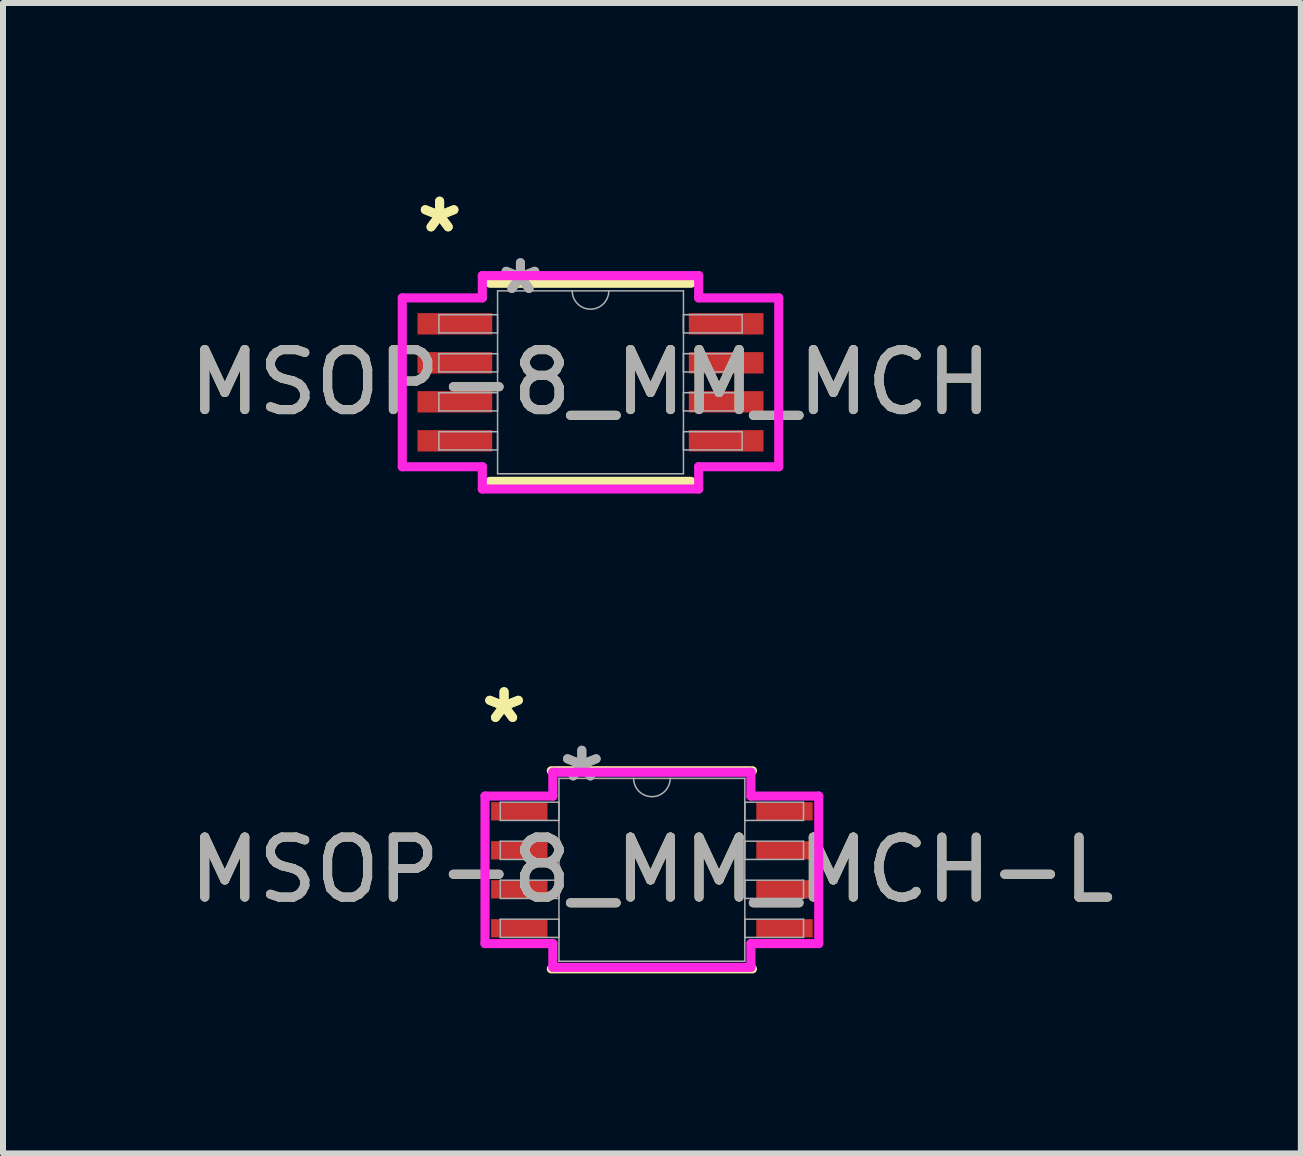
<source format=kicad_pcb>
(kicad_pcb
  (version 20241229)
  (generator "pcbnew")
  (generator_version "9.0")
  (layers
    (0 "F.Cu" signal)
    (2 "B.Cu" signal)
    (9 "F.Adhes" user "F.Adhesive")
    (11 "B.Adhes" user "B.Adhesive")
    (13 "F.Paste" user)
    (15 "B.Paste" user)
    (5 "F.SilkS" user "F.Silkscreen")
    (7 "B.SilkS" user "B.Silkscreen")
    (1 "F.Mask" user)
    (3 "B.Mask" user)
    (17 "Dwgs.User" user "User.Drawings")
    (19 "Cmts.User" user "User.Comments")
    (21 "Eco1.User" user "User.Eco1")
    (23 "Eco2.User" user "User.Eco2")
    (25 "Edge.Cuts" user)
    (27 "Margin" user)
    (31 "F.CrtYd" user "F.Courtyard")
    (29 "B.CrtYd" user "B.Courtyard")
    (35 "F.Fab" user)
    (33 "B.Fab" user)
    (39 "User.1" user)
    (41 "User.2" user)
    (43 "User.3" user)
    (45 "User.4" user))
  (footprint "MSOP-8_MM_MCH"
    (layer "F.Cu")
    (at 6.792 3.322)
    (property "Reference" "MSOP-8_MM_MCH" (at 0 0 0) (unlocked yes) (layer "F.SilkS") (effects (font (size 1 1) (thickness 0.15))))
    (attr smd)
    (fp_line (start -1.676 1.651) (end 1.676 1.651) (stroke (width 0.152) (type solid)) (layer "F.SilkS"))
    (fp_line (start 1.676 -1.651) (end -1.676 -1.651) (stroke (width 0.152) (type solid)) (layer "F.SilkS"))
    (fp_line (start -3.137 -1.407) (end -1.803 -1.407) (stroke (width 0.152) (type solid)) (layer "F.CrtYd"))
    (fp_line (start -3.137 1.407) (end -3.137 -1.407) (stroke (width 0.152) (type solid)) (layer "F.CrtYd"))
    (fp_line (start -3.137 1.407) (end -1.803 1.407) (stroke (width 0.152) (type solid)) (layer "F.CrtYd"))
    (fp_line (start -1.803 -1.778) (end 1.803 -1.778) (stroke (width 0.152) (type solid)) (layer "F.CrtYd"))
    (fp_line (start -1.803 -1.407) (end -1.803 -1.778) (stroke (width 0.152) (type solid)) (layer "F.CrtYd"))
    (fp_line (start -1.803 1.778) (end -1.803 1.407) (stroke (width 0.152) (type solid)) (layer "F.CrtYd"))
    (fp_line (start 1.803 -1.778) (end 1.803 -1.407) (stroke (width 0.152) (type solid)) (layer "F.CrtYd"))
    (fp_line (start 1.803 1.407) (end 1.803 1.778) (stroke (width 0.152) (type solid)) (layer "F.CrtYd"))
    (fp_line (start 1.803 1.778) (end -1.803 1.778) (stroke (width 0.152) (type solid)) (layer "F.CrtYd"))
    (fp_line (start 3.137 -1.407) (end 1.803 -1.407) (stroke (width 0.152) (type solid)) (layer "F.CrtYd"))
    (fp_line (start 3.137 -1.407) (end 3.137 1.407) (stroke (width 0.152) (type solid)) (layer "F.CrtYd"))
    (fp_line (start 3.137 1.407) (end 1.803 1.407) (stroke (width 0.152) (type solid)) (layer "F.CrtYd"))
    (fp_line (start -2.527 -1.127) (end -2.527 -0.823) (stroke (width 0.025) (type solid)) (layer "F.Fab"))
    (fp_line (start -2.527 -0.823) (end -1.549 -0.823) (stroke (width 0.025) (type solid)) (layer "F.Fab"))
    (fp_line (start -2.527 -0.477) (end -2.527 -0.173) (stroke (width 0.025) (type solid)) (layer "F.Fab"))
    (fp_line (start -2.527 -0.173) (end -1.549 -0.173) (stroke (width 0.025) (type solid)) (layer "F.Fab"))
    (fp_line (start -2.527 0.173) (end -2.527 0.477) (stroke (width 0.025) (type solid)) (layer "F.Fab"))
    (fp_line (start -2.527 0.477) (end -1.549 0.477) (stroke (width 0.025) (type solid)) (layer "F.Fab"))
    (fp_line (start -2.527 0.823) (end -2.527 1.127) (stroke (width 0.025) (type solid)) (layer "F.Fab"))
    (fp_line (start -2.527 1.127) (end -1.549 1.127) (stroke (width 0.025) (type solid)) (layer "F.Fab"))
    (fp_line (start -1.549 -1.524) (end -1.549 1.524) (stroke (width 0.025) (type solid)) (layer "F.Fab"))
    (fp_line (start -1.549 -1.127) (end -2.527 -1.127) (stroke (width 0.025) (type solid)) (layer "F.Fab"))
    (fp_line (start -1.549 -0.823) (end -1.549 -1.127) (stroke (width 0.025) (type solid)) (layer "F.Fab"))
    (fp_line (start -1.549 -0.477) (end -2.527 -0.477) (stroke (width 0.025) (type solid)) (layer "F.Fab"))
    (fp_line (start -1.549 -0.173) (end -1.549 -0.477) (stroke (width 0.025) (type solid)) (layer "F.Fab"))
    (fp_line (start -1.549 0.173) (end -2.527 0.173) (stroke (width 0.025) (type solid)) (layer "F.Fab"))
    (fp_line (start -1.549 0.477) (end -1.549 0.173) (stroke (width 0.025) (type solid)) (layer "F.Fab"))
    (fp_line (start -1.549 0.823) (end -2.527 0.823) (stroke (width 0.025) (type solid)) (layer "F.Fab"))
    (fp_line (start -1.549 1.127) (end -1.549 0.823) (stroke (width 0.025) (type solid)) (layer "F.Fab"))
    (fp_line (start -1.549 1.524) (end 1.549 1.524) (stroke (width 0.025) (type solid)) (layer "F.Fab"))
    (fp_line (start 1.549 -1.524) (end -1.549 -1.524) (stroke (width 0.025) (type solid)) (layer "F.Fab"))
    (fp_line (start 1.549 -1.127) (end 1.549 -0.823) (stroke (width 0.025) (type solid)) (layer "F.Fab"))
    (fp_line (start 1.549 -0.823) (end 2.527 -0.823) (stroke (width 0.025) (type solid)) (layer "F.Fab"))
    (fp_line (start 1.549 -0.477) (end 1.549 -0.173) (stroke (width 0.025) (type solid)) (layer "F.Fab"))
    (fp_line (start 1.549 -0.173) (end 2.527 -0.173) (stroke (width 0.025) (type solid)) (layer "F.Fab"))
    (fp_line (start 1.549 0.173) (end 1.549 0.477) (stroke (width 0.025) (type solid)) (layer "F.Fab"))
    (fp_line (start 1.549 0.477) (end 2.527 0.477) (stroke (width 0.025) (type solid)) (layer "F.Fab"))
    (fp_line (start 1.549 0.823) (end 1.549 1.127) (stroke (width 0.025) (type solid)) (layer "F.Fab"))
    (fp_line (start 1.549 1.127) (end 2.527 1.127) (stroke (width 0.025) (type solid)) (layer "F.Fab"))
    (fp_line (start 1.549 1.524) (end 1.549 -1.524) (stroke (width 0.025) (type solid)) (layer "F.Fab"))
    (fp_line (start 2.527 -1.127) (end 1.549 -1.127) (stroke (width 0.025) (type solid)) (layer "F.Fab"))
    (fp_line (start 2.527 -0.823) (end 2.527 -1.127) (stroke (width 0.025) (type solid)) (layer "F.Fab"))
    (fp_line (start 2.527 -0.477) (end 1.549 -0.477) (stroke (width 0.025) (type solid)) (layer "F.Fab"))
    (fp_line (start 2.527 -0.173) (end 2.527 -0.477) (stroke (width 0.025) (type solid)) (layer "F.Fab"))
    (fp_line (start 2.527 0.173) (end 1.549 0.173) (stroke (width 0.025) (type solid)) (layer "F.Fab"))
    (fp_line (start 2.527 0.477) (end 2.527 0.173) (stroke (width 0.025) (type solid)) (layer "F.Fab"))
    (fp_line (start 2.527 0.823) (end 1.549 0.823) (stroke (width 0.025) (type solid)) (layer "F.Fab"))
    (fp_line (start 2.527 1.127) (end 2.527 0.823) (stroke (width 0.025) (type solid)) (layer "F.Fab"))
    (fp_arc (start 0.3048 -1.524) (mid 0 -1.2192) (end -0.3048 -1.524) (stroke (width 0.0254) (type solid)) (layer "F.Fab"))
    (fp_text user "*" (at -2.515 -2.474 0) (unlocked yes) (layer "F.SilkS") (effects (font (size 1 1) (thickness 0.15))))
    (fp_text user "*" (at -2.515 -2.474 0) (layer "F.SilkS") (effects (font (size 1 1) (thickness 0.15))))
    (fp_text user "${REFERENCE}" (at 0 0 0) (unlocked yes) (layer "F.Fab") (effects (font (size 1 1) (thickness 0.15))))
    (fp_text user "*" (at -1.168 -1.448 0) (unlocked yes) (layer "F.Fab") (effects (font (size 1 1) (thickness 0.15))))
    (fp_text user "*" (at -1.168 -1.448 0) (layer "F.Fab") (effects (font (size 1 1) (thickness 0.15))))
    (pad "1" smd rect (at -2.261 -0.975) (size 1.245 0.356) (layers "F.Cu" "F.Mask" "F.Paste"))
    (pad "2" smd rect (at -2.261 -0.325) (size 1.245 0.356) (layers "F.Cu" "F.Mask" "F.Paste"))
    (pad "3" smd rect (at -2.261 0.325) (size 1.245 0.356) (layers "F.Cu" "F.Mask" "F.Paste"))
    (pad "4" smd rect (at -2.261 0.975) (size 1.245 0.356) (layers "F.Cu" "F.Mask" "F.Paste"))
    (pad "5" smd rect (at 2.261 0.975) (size 1.245 0.356) (layers "F.Cu" "F.Mask" "F.Paste"))
    (pad "6" smd rect (at 2.261 0.325) (size 1.245 0.356) (layers "F.Cu" "F.Mask" "F.Paste"))
    (pad "7" smd rect (at 2.261 -0.325) (size 1.245 0.356) (layers "F.Cu" "F.Mask" "F.Paste"))
    (pad "8" smd rect (at 2.261 -0.975) (size 1.245 0.356) (layers "F.Cu" "F.Mask" "F.Paste")))
  (footprint "MSOP-8_MM_MCH-L"
    (layer "F.Cu")
    (at 7.815 11.447)
    (property "Reference" "MSOP-8_MM_MCH-L" (at 0 0 0) (unlocked yes) (layer "F.SilkS") (effects (font (size 1 1) (thickness 0.15))))
    (attr smd)
    (fp_line (start -1.676 1.651) (end 1.676 1.651) (stroke (width 0.152) (type solid)) (layer "F.SilkS"))
    (fp_line (start 1.676 -1.651) (end -1.676 -1.651) (stroke (width 0.152) (type solid)) (layer "F.SilkS"))
    (fp_line (start -2.781 -1.229) (end -1.651 -1.229) (stroke (width 0.152) (type solid)) (layer "F.CrtYd"))
    (fp_line (start -2.781 1.229) (end -2.781 -1.229) (stroke (width 0.152) (type solid)) (layer "F.CrtYd"))
    (fp_line (start -2.781 1.229) (end -1.651 1.229) (stroke (width 0.152) (type solid)) (layer "F.CrtYd"))
    (fp_line (start -1.651 -1.626) (end 1.651 -1.626) (stroke (width 0.152) (type solid)) (layer "F.CrtYd"))
    (fp_line (start -1.651 -1.229) (end -1.651 -1.626) (stroke (width 0.152) (type solid)) (layer "F.CrtYd"))
    (fp_line (start -1.651 1.626) (end -1.651 1.229) (stroke (width 0.152) (type solid)) (layer "F.CrtYd"))
    (fp_line (start 1.651 -1.626) (end 1.651 -1.229) (stroke (width 0.152) (type solid)) (layer "F.CrtYd"))
    (fp_line (start 1.651 1.229) (end 1.651 1.626) (stroke (width 0.152) (type solid)) (layer "F.CrtYd"))
    (fp_line (start 1.651 1.626) (end -1.651 1.626) (stroke (width 0.152) (type solid)) (layer "F.CrtYd"))
    (fp_line (start 2.781 -1.229) (end 1.651 -1.229) (stroke (width 0.152) (type solid)) (layer "F.CrtYd"))
    (fp_line (start 2.781 -1.229) (end 2.781 1.229) (stroke (width 0.152) (type solid)) (layer "F.CrtYd"))
    (fp_line (start 2.781 1.229) (end 1.651 1.229) (stroke (width 0.152) (type solid)) (layer "F.CrtYd"))
    (fp_line (start -2.527 -1.127) (end -2.527 -0.823) (stroke (width 0.025) (type solid)) (layer "F.Fab"))
    (fp_line (start -2.527 -0.823) (end -1.549 -0.823) (stroke (width 0.025) (type solid)) (layer "F.Fab"))
    (fp_line (start -2.527 -0.477) (end -2.527 -0.173) (stroke (width 0.025) (type solid)) (layer "F.Fab"))
    (fp_line (start -2.527 -0.173) (end -1.549 -0.173) (stroke (width 0.025) (type solid)) (layer "F.Fab"))
    (fp_line (start -2.527 0.173) (end -2.527 0.477) (stroke (width 0.025) (type solid)) (layer "F.Fab"))
    (fp_line (start -2.527 0.477) (end -1.549 0.477) (stroke (width 0.025) (type solid)) (layer "F.Fab"))
    (fp_line (start -2.527 0.823) (end -2.527 1.127) (stroke (width 0.025) (type solid)) (layer "F.Fab"))
    (fp_line (start -2.527 1.127) (end -1.549 1.127) (stroke (width 0.025) (type solid)) (layer "F.Fab"))
    (fp_line (start -1.549 -1.524) (end -1.549 1.524) (stroke (width 0.025) (type solid)) (layer "F.Fab"))
    (fp_line (start -1.549 -1.127) (end -2.527 -1.127) (stroke (width 0.025) (type solid)) (layer "F.Fab"))
    (fp_line (start -1.549 -0.823) (end -1.549 -1.127) (stroke (width 0.025) (type solid)) (layer "F.Fab"))
    (fp_line (start -1.549 -0.477) (end -2.527 -0.477) (stroke (width 0.025) (type solid)) (layer "F.Fab"))
    (fp_line (start -1.549 -0.173) (end -1.549 -0.477) (stroke (width 0.025) (type solid)) (layer "F.Fab"))
    (fp_line (start -1.549 0.173) (end -2.527 0.173) (stroke (width 0.025) (type solid)) (layer "F.Fab"))
    (fp_line (start -1.549 0.477) (end -1.549 0.173) (stroke (width 0.025) (type solid)) (layer "F.Fab"))
    (fp_line (start -1.549 0.823) (end -2.527 0.823) (stroke (width 0.025) (type solid)) (layer "F.Fab"))
    (fp_line (start -1.549 1.127) (end -1.549 0.823) (stroke (width 0.025) (type solid)) (layer "F.Fab"))
    (fp_line (start -1.549 1.524) (end 1.549 1.524) (stroke (width 0.025) (type solid)) (layer "F.Fab"))
    (fp_line (start 1.549 -1.524) (end -1.549 -1.524) (stroke (width 0.025) (type solid)) (layer "F.Fab"))
    (fp_line (start 1.549 -1.127) (end 1.549 -0.823) (stroke (width 0.025) (type solid)) (layer "F.Fab"))
    (fp_line (start 1.549 -0.823) (end 2.527 -0.823) (stroke (width 0.025) (type solid)) (layer "F.Fab"))
    (fp_line (start 1.549 -0.477) (end 1.549 -0.173) (stroke (width 0.025) (type solid)) (layer "F.Fab"))
    (fp_line (start 1.549 -0.173) (end 2.527 -0.173) (stroke (width 0.025) (type solid)) (layer "F.Fab"))
    (fp_line (start 1.549 0.173) (end 1.549 0.477) (stroke (width 0.025) (type solid)) (layer "F.Fab"))
    (fp_line (start 1.549 0.477) (end 2.527 0.477) (stroke (width 0.025) (type solid)) (layer "F.Fab"))
    (fp_line (start 1.549 0.823) (end 1.549 1.127) (stroke (width 0.025) (type solid)) (layer "F.Fab"))
    (fp_line (start 1.549 1.127) (end 2.527 1.127) (stroke (width 0.025) (type solid)) (layer "F.Fab"))
    (fp_line (start 1.549 1.524) (end 1.549 -1.524) (stroke (width 0.025) (type solid)) (layer "F.Fab"))
    (fp_line (start 2.527 -1.127) (end 1.549 -1.127) (stroke (width 0.025) (type solid)) (layer "F.Fab"))
    (fp_line (start 2.527 -0.823) (end 2.527 -1.127) (stroke (width 0.025) (type solid)) (layer "F.Fab"))
    (fp_line (start 2.527 -0.477) (end 1.549 -0.477) (stroke (width 0.025) (type solid)) (layer "F.Fab"))
    (fp_line (start 2.527 -0.173) (end 2.527 -0.477) (stroke (width 0.025) (type solid)) (layer "F.Fab"))
    (fp_line (start 2.527 0.173) (end 1.549 0.173) (stroke (width 0.025) (type solid)) (layer "F.Fab"))
    (fp_line (start 2.527 0.477) (end 2.527 0.173) (stroke (width 0.025) (type solid)) (layer "F.Fab"))
    (fp_line (start 2.527 0.823) (end 1.549 0.823) (stroke (width 0.025) (type solid)) (layer "F.Fab"))
    (fp_line (start 2.527 1.127) (end 2.527 0.823) (stroke (width 0.025) (type solid)) (layer "F.Fab"))
    (fp_arc (start 0.3048 -1.524) (mid 0 -1.2192) (end -0.3048 -1.524) (stroke (width 0.0254) (type solid)) (layer "F.Fab"))
    (fp_text user "*" (at -2.464 -2.423 0) (layer "F.SilkS") (effects (font (size 1 1) (thickness 0.15))))
    (fp_text user "*" (at -2.464 -2.423 0) (unlocked yes) (layer "F.SilkS") (effects (font (size 1 1) (thickness 0.15))))
    (fp_text user "*" (at -1.168 -1.448 0) (layer "F.Fab") (effects (font (size 1 1) (thickness 0.15))))
    (fp_text user "*" (at -1.168 -1.448 0) (unlocked yes) (layer "F.Fab") (effects (font (size 1 1) (thickness 0.15))))
    (fp_text user "${REFERENCE}" (at 0 0 0) (unlocked yes) (layer "F.Fab") (effects (font (size 1 1) (thickness 0.15))))
    (pad "1" smd rect (at -2.21 -0.975) (size 0.94 0.305) (layers "F.Cu" "F.Mask" "F.Paste"))
    (pad "2" smd rect (at -2.21 -0.325) (size 0.94 0.305) (layers "F.Cu" "F.Mask" "F.Paste"))
    (pad "3" smd rect (at -2.21 0.325) (size 0.94 0.305) (layers "F.Cu" "F.Mask" "F.Paste"))
    (pad "4" smd rect (at -2.21 0.975) (size 0.94 0.305) (layers "F.Cu" "F.Mask" "F.Paste"))
    (pad "5" smd rect (at 2.21 0.975) (size 0.94 0.305) (layers "F.Cu" "F.Mask" "F.Paste"))
    (pad "6" smd rect (at 2.21 0.325) (size 0.94 0.305) (layers "F.Cu" "F.Mask" "F.Paste"))
    (pad "7" smd rect (at 2.21 -0.325) (size 0.94 0.305) (layers "F.Cu" "F.Mask" "F.Paste"))
    (pad "8" smd rect (at 2.21 -0.975) (size 0.94 0.305) (layers "F.Cu" "F.Mask" "F.Paste")))
  (gr_rect
    (start -3 -3)
    (end 18.631 16.174)
    (stroke (width 0.1) (type default))
    (fill no)
    (layer "Edge.Cuts")))
</source>
